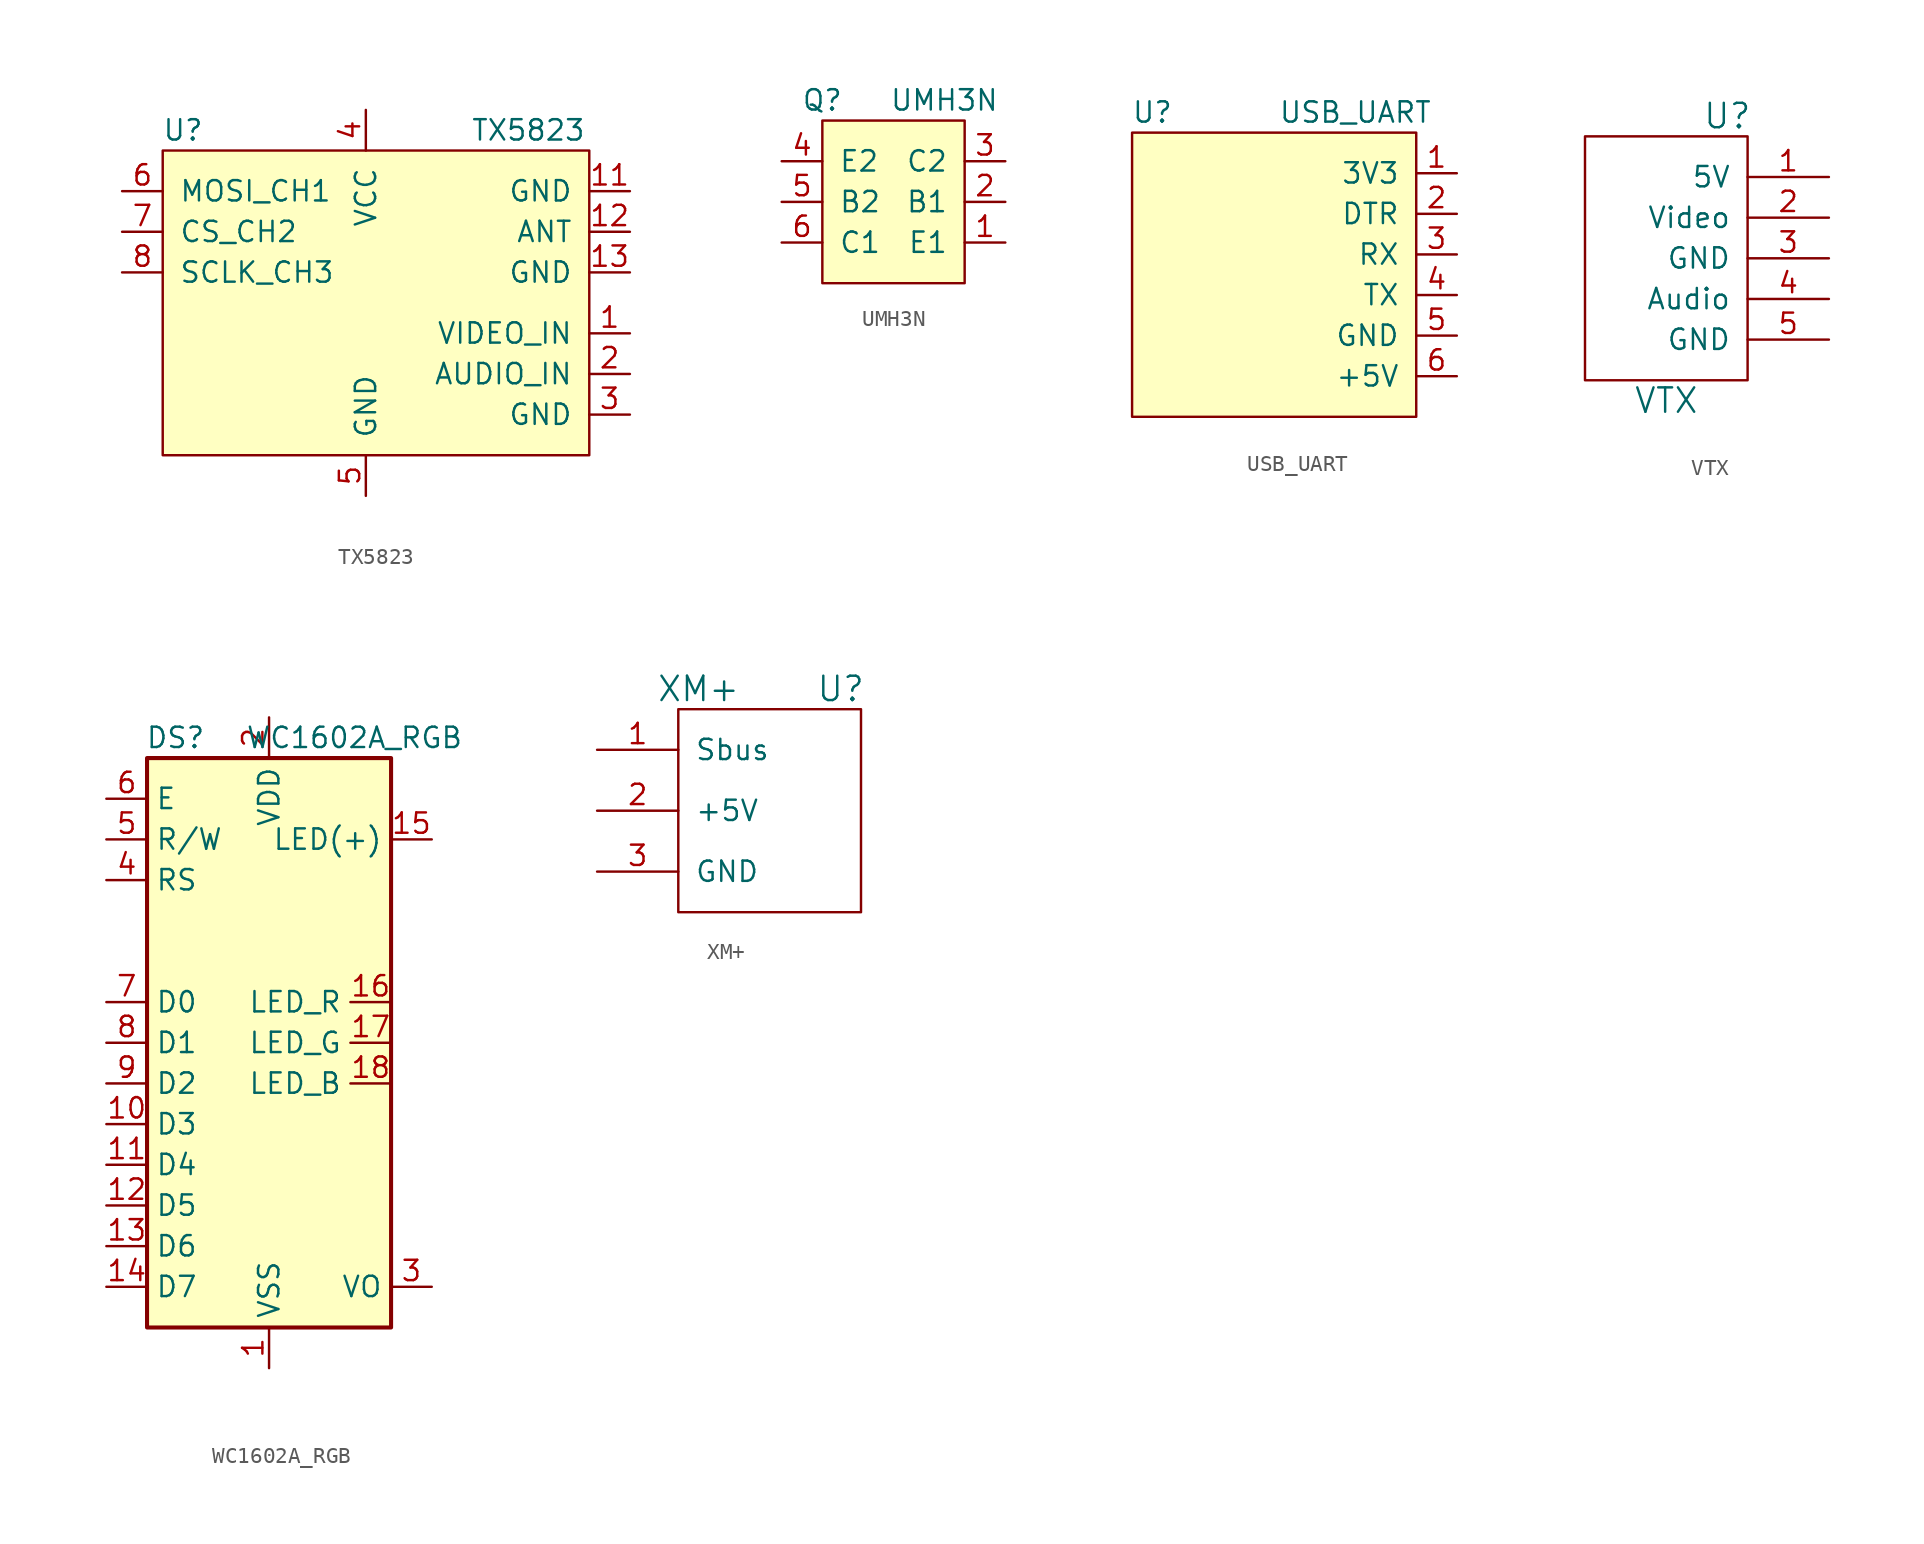
<source format=kicad_sym>
(kicad_symbol_lib
  (version 20211014)
  (generator kicad_symbol_editor)
  (symbol "TX5823"
    (pin_names
      (offset 1.016))
    (property "Reference" "U"
      (at -11.43 10.16 0)
      (effects (font (size 1.27 1.27))))
    (property "Value" "TX5823"
      (at 10.16 10.16 0)
      (effects (font (size 1.27 1.27))))
    (symbol "TX5823_0_1"
      (rectangle (start -12.7 8.89) (end 13.97 -10.16) (stroke (width 0) (type default) (color 0 0 0 0)) (fill (type background))))
    (symbol "TX5823_1_1"
      (pin input line (at 16.51 -2.54 180) (length 2.54) (name "VIDEO_IN" (effects (font (size 1.27 1.27)))) (number "1" (effects (font (size 1.27 1.27)))))
      (pin power_out line (at 16.51 6.35 180) (length 2.54) (name "GND" (effects (font (size 1.27 1.27)))) (number "11" (effects (font (size 1.27 1.27)))))
      (pin output line (at 16.51 3.81 180) (length 2.54) (name "ANT" (effects (font (size 1.27 1.27)))) (number "12" (effects (font (size 1.27 1.27)))))
      (pin power_out line (at 16.51 1.27 180) (length 2.54) (name "GND" (effects (font (size 1.27 1.27)))) (number "13" (effects (font (size 1.27 1.27)))))
      (pin input line (at 16.51 -5.08 180) (length 2.54) (name "AUDIO_IN" (effects (font (size 1.27 1.27)))) (number "2" (effects (font (size 1.27 1.27)))))
      (pin power_out line (at 16.51 -7.62 180) (length 2.54) (name "GND" (effects (font (size 1.27 1.27)))) (number "3" (effects (font (size 1.27 1.27)))))
      (pin power_in line (at 0 11.43 270) (length 2.54) (name "VCC" (effects (font (size 1.27 1.27)))) (number "4" (effects (font (size 1.27 1.27)))))
      (pin power_out line (at 0 -12.7 90) (length 2.54) (name "GND" (effects (font (size 1.27 1.27)))) (number "5" (effects (font (size 1.27 1.27)))))
      (pin input line (at -15.24 6.35 0) (length 2.54) (name "MOSI_CH1" (effects (font (size 1.27 1.27)))) (number "6" (effects (font (size 1.27 1.27)))))
      (pin input line (at -15.24 3.81 0) (length 2.54) (name "CS_CH2" (effects (font (size 1.27 1.27)))) (number "7" (effects (font (size 1.27 1.27)))))
      (pin input line (at -15.24 1.27 0) (length 2.54) (name "SCLK_CH3" (effects (font (size 1.27 1.27)))) (number "8" (effects (font (size 1.27 1.27)))))))
  (symbol "UMH3N"
    (pin_names
      (offset 1.016))
    (property "Reference" "Q"
      (at -5.08 0 0)
      (effects (font (size 1.27 1.27))))
    (property "Value" "UMH3N"
      (at 2.54 0 0)
      (effects (font (size 1.27 1.27))))
    (symbol "UMH3N_0_1"
      (rectangle (start -5.08 -11.43) (end 3.81 -1.27) (stroke (width 0) (type default) (color 0 0 0 0)) (fill (type background))))
    (symbol "UMH3N_1_1"
      (pin input line (at 6.35 -8.89 180) (length 2.54) (name "E1" (effects (font (size 1.27 1.27)))) (number "1" (effects (font (size 1.27 1.27)))))
      (pin input line (at 6.35 -6.35 180) (length 2.54) (name "B1" (effects (font (size 1.27 1.27)))) (number "2" (effects (font (size 1.27 1.27)))))
      (pin input line (at 6.35 -3.81 180) (length 2.54) (name "C2" (effects (font (size 1.27 1.27)))) (number "3" (effects (font (size 1.27 1.27)))))
      (pin input line (at -7.62 -3.81 0) (length 2.54) (name "E2" (effects (font (size 1.27 1.27)))) (number "4" (effects (font (size 1.27 1.27)))))
      (pin input line (at -7.62 -6.35 0) (length 2.54) (name "B2" (effects (font (size 1.27 1.27)))) (number "5" (effects (font (size 1.27 1.27)))))
      (pin input line (at -7.62 -8.89 0) (length 2.54) (name "C1" (effects (font (size 1.27 1.27)))) (number "6" (effects (font (size 1.27 1.27)))))))
  (symbol "USB_UART"
    (pin_names
      (offset 1.016))
    (property "Reference" "U"
      (at -7.62 10.16 0)
      (effects (font (size 1.27 1.27))))
    (property "Value" "USB_UART"
      (at 5.08 10.16 0)
      (effects (font (size 1.27 1.27))))
    (symbol "USB_UART_0_1"
      (rectangle (start -8.89 8.89) (end 8.89 -8.89) (stroke (width 0) (type default) (color 0 0 0 0)) (fill (type background))))
    (symbol "USB_UART_1_1"
      (pin input line (at 11.43 6.35 180) (length 2.54) (name "3V3" (effects (font (size 1.27 1.27)))) (number "1" (effects (font (size 1.27 1.27)))))
      (pin input line (at 11.43 3.81 180) (length 2.54) (name "DTR" (effects (font (size 1.27 1.27)))) (number "2" (effects (font (size 1.27 1.27)))))
      (pin input line (at 11.43 1.27 180) (length 2.54) (name "RX" (effects (font (size 1.27 1.27)))) (number "3" (effects (font (size 1.27 1.27)))))
      (pin input line (at 11.43 -1.27 180) (length 2.54) (name "TX" (effects (font (size 1.27 1.27)))) (number "4" (effects (font (size 1.27 1.27)))))
      (pin input line (at 11.43 -3.81 180) (length 2.54) (name "GND" (effects (font (size 1.27 1.27)))) (number "5" (effects (font (size 1.27 1.27)))))
      (pin input line (at 11.43 -6.35 180) (length 2.54) (name "+5V" (effects (font (size 1.27 1.27)))) (number "6" (effects (font (size 1.27 1.27)))))))
  (symbol "VTX"
    (pin_names
      (offset 1.016))
    (property "Reference" "U"
      (at 3.81 8.89 0)
      (effects (font (size 1.524 1.524))))
    (property "Value" "VTX"
      (at 0 -8.89 0)
      (effects (font (size 1.524 1.524))))
    (symbol "VTX_0_1"
      (rectangle (start 5.08 -7.62) (end -5.08 7.62) (stroke (width 0) (type default) (color 0 0 0 0)) (fill (type none))))
    (symbol "VTX_1_1"
      (pin input line (at 10.16 5.08 180) (length 5.08) (name "5V" (effects (font (size 1.27 1.27)))) (number "1" (effects (font (size 1.27 1.27)))))
      (pin input line (at 10.16 2.54 180) (length 5.08) (name "Video" (effects (font (size 1.27 1.27)))) (number "2" (effects (font (size 1.27 1.27)))))
      (pin input line (at 10.16 0 180) (length 5.08) (name "GND" (effects (font (size 1.27 1.27)))) (number "3" (effects (font (size 1.27 1.27)))))
      (pin input line (at 10.16 -2.54 180) (length 5.08) (name "Audio" (effects (font (size 1.27 1.27)))) (number "4" (effects (font (size 1.27 1.27)))))
      (pin input line (at 10.16 -5.08 180) (length 5.08) (name "GND" (effects (font (size 1.27 1.27)))) (number "5" (effects (font (size 1.27 1.27)))))))
  (symbol "WC1602A_RGB"
    (property "Reference" "DS"
      (at -5.842 19.05 0)
      (effects (font (size 1.27 1.27))))
    (property "Value" "WC1602A_RGB"
      (at 5.334 19.05 0)
      (effects (font (size 1.27 1.27))))
    (symbol "WC1602A_RGB_1_1"
      (rectangle (start -7.62 17.78) (end 7.62 -17.78) (stroke (width 0.254) (type default) (color 0 0 0 0)) (fill (type background)))
      (pin power_in line (at 0 -20.32 90) (length 2.54) (name "VSS" (effects (font (size 1.27 1.27)))) (number "1" (effects (font (size 1.27 1.27)))))
      (pin input line (at -10.16 -5.08 0) (length 2.54) (name "D3" (effects (font (size 1.27 1.27)))) (number "10" (effects (font (size 1.27 1.27)))))
      (pin input line (at -10.16 -7.62 0) (length 2.54) (name "D4" (effects (font (size 1.27 1.27)))) (number "11" (effects (font (size 1.27 1.27)))))
      (pin input line (at -10.16 -10.16 0) (length 2.54) (name "D5" (effects (font (size 1.27 1.27)))) (number "12" (effects (font (size 1.27 1.27)))))
      (pin input line (at -10.16 -12.7 0) (length 2.54) (name "D6" (effects (font (size 1.27 1.27)))) (number "13" (effects (font (size 1.27 1.27)))))
      (pin input line (at -10.16 -15.24 0) (length 2.54) (name "D7" (effects (font (size 1.27 1.27)))) (number "14" (effects (font (size 1.27 1.27)))))
      (pin power_in line (at 10.16 12.7 180) (length 2.54) (name "LED(+)" (effects (font (size 1.27 1.27)))) (number "15" (effects (font (size 1.27 1.27)))))
      (pin input line (at 7.62 2.54 180) (length 2.54) (name "LED_R" (effects (font (size 1.27 1.27)))) (number "16" (effects (font (size 1.27 1.27)))))
      (pin input line (at 7.62 0 180) (length 2.54) (name "LED_G" (effects (font (size 1.27 1.27)))) (number "17" (effects (font (size 1.27 1.27)))))
      (pin input line (at 7.62 -2.54 180) (length 2.54) (name "LED_B" (effects (font (size 1.27 1.27)))) (number "18" (effects (font (size 1.27 1.27)))))
      (pin power_in line (at 0 20.32 270) (length 2.54) (name "VDD" (effects (font (size 1.27 1.27)))) (number "2" (effects (font (size 1.27 1.27)))))
      (pin input line (at 10.16 -15.24 180) (length 2.54) (name "VO" (effects (font (size 1.27 1.27)))) (number "3" (effects (font (size 1.27 1.27)))))
      (pin input line (at -10.16 10.16 0) (length 2.54) (name "RS" (effects (font (size 1.27 1.27)))) (number "4" (effects (font (size 1.27 1.27)))))
      (pin input line (at -10.16 12.7 0) (length 2.54) (name "R/W" (effects (font (size 1.27 1.27)))) (number "5" (effects (font (size 1.27 1.27)))))
      (pin input line (at -10.16 15.24 0) (length 2.54) (name "E" (effects (font (size 1.27 1.27)))) (number "6" (effects (font (size 1.27 1.27)))))
      (pin input line (at -10.16 2.54 0) (length 2.54) (name "D0" (effects (font (size 1.27 1.27)))) (number "7" (effects (font (size 1.27 1.27)))))
      (pin input line (at -10.16 0 0) (length 2.54) (name "D1" (effects (font (size 1.27 1.27)))) (number "8" (effects (font (size 1.27 1.27)))))
      (pin input line (at -10.16 -2.54 0) (length 2.54) (name "D2" (effects (font (size 1.27 1.27)))) (number "9" (effects (font (size 1.27 1.27)))))))
  (symbol "XM+"
    (pin_names
      (offset 1.016))
    (property "Reference" "U"
      (at 3.81 6.35 0)
      (effects (font (size 1.524 1.524))))
    (property "Value" "XM+"
      (at -5.08 6.35 0)
      (effects (font (size 1.524 1.524))))
    (symbol "XM+_0_1"
      (rectangle (start -6.35 -7.62) (end 5.08 5.08) (stroke (width 0) (type default) (color 0 0 0 0)) (fill (type none))))
    (symbol "XM+_1_1"
      (pin input line (at -11.43 2.54 0) (length 5.08) (name "Sbus" (effects (font (size 1.27 1.27)))) (number "1" (effects (font (size 1.27 1.27)))))
      (pin power_in line (at -11.43 -1.27 0) (length 5.08) (name "+5V" (effects (font (size 1.27 1.27)))) (number "2" (effects (font (size 1.27 1.27)))))
      (pin power_out line (at -11.43 -5.08 0) (length 5.08) (name "GND" (effects (font (size 1.27 1.27)))) (number "3" (effects (font (size 1.27 1.27))))))))
</source>
